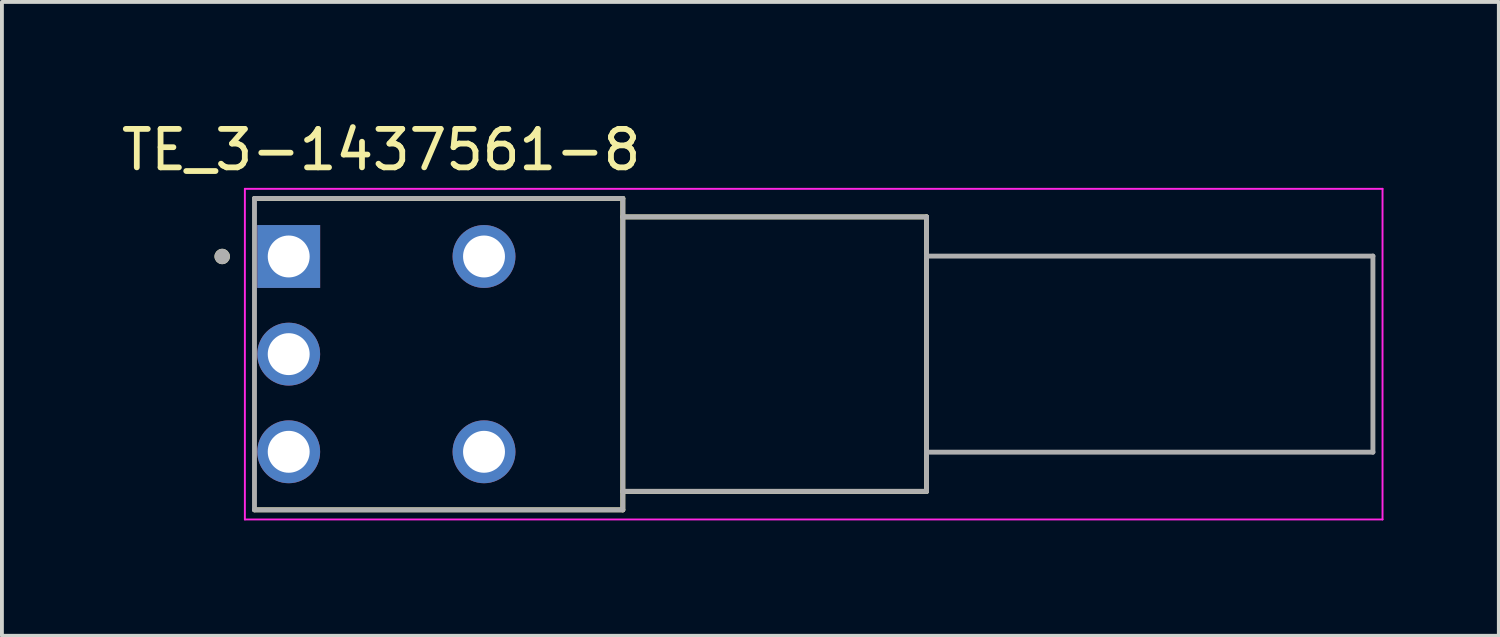
<source format=kicad_pcb>
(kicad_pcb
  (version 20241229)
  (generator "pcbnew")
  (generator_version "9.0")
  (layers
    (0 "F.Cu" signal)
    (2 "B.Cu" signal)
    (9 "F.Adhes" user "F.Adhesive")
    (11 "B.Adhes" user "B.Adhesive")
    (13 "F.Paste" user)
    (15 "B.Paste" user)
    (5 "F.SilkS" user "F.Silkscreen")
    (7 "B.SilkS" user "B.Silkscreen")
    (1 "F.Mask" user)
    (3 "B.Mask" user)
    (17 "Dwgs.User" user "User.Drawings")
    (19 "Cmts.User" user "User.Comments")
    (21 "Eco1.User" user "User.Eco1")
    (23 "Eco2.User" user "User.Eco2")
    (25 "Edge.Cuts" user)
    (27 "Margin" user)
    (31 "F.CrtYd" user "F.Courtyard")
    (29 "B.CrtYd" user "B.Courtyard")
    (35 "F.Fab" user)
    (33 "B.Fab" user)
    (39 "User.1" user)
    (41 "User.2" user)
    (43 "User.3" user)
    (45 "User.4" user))
  (footprint "TE_3-1437561-8"
    (layer "F.Cu")
    (at 8.359 6.161)
    (property "Reference" "TE_3-1437561-8" (at -1.494 -5.313 0) (layer "F.SilkS") (effects (font (size 1 1) (thickness 0.15))))
    (attr through_hole)
    (fp_line (start -4.79 -4.05) (end 4.79 -4.05) (stroke (width 0.127) (type solid)) (layer "F.SilkS"))
    (fp_line (start 4.79 -4.05) (end 4.79 -3.57) (stroke (width 0.127) (type solid)) (layer "F.SilkS"))
    (fp_line (start 4.79 -3.57) (end 4.79 3.57) (stroke (width 0.127) (type solid)) (layer "F.SilkS"))
    (fp_line (start 4.79 -3.57) (end 12.69 -3.57) (stroke (width 0.127) (type solid)) (layer "F.SilkS"))
    (fp_line (start 4.79 3.57) (end 4.79 4.05) (stroke (width 0.127) (type solid)) (layer "F.SilkS"))
    (fp_line (start 4.79 4.05) (end -4.79 4.05) (stroke (width 0.127) (type solid)) (layer "F.SilkS"))
    (fp_line (start 12.69 -3.57) (end 12.69 3.57) (stroke (width 0.127) (type solid)) (layer "F.SilkS"))
    (fp_line (start 12.69 3.57) (end 4.79 3.57) (stroke (width 0.127) (type solid)) (layer "F.SilkS"))
    (fp_circle (center -5.63 -2.54) (end -5.53 -2.54) (stroke (width 0.2) (type solid)) (fill no) (layer "F.SilkS"))
    (fp_line (start -5.04 -4.3) (end 24.55 -4.3) (stroke (width 0.05) (type solid)) (layer "F.CrtYd"))
    (fp_line (start -5.04 4.3) (end -5.04 -4.3) (stroke (width 0.05) (type solid)) (layer "F.CrtYd"))
    (fp_line (start 24.55 -4.3) (end 24.55 4.3) (stroke (width 0.05) (type solid)) (layer "F.CrtYd"))
    (fp_line (start 24.55 4.3) (end -5.04 4.3) (stroke (width 0.05) (type solid)) (layer "F.CrtYd"))
    (fp_line (start -4.79 -4.05) (end 4.79 -4.05) (stroke (width 0.127) (type solid)) (layer "F.Fab"))
    (fp_line (start -4.79 4.05) (end -4.79 -4.05) (stroke (width 0.127) (type solid)) (layer "F.Fab"))
    (fp_line (start 4.79 -4.05) (end 4.79 -3.57) (stroke (width 0.127) (type solid)) (layer "F.Fab"))
    (fp_line (start 4.79 -3.57) (end 4.79 3.57) (stroke (width 0.127) (type solid)) (layer "F.Fab"))
    (fp_line (start 4.79 -3.57) (end 12.69 -3.57) (stroke (width 0.127) (type solid)) (layer "F.Fab"))
    (fp_line (start 4.79 3.57) (end 4.79 4.05) (stroke (width 0.127) (type solid)) (layer "F.Fab"))
    (fp_line (start 4.79 4.05) (end -4.79 4.05) (stroke (width 0.127) (type solid)) (layer "F.Fab"))
    (fp_line (start 12.69 -3.57) (end 12.69 -2.55) (stroke (width 0.127) (type solid)) (layer "F.Fab"))
    (fp_line (start 12.69 -2.55) (end 12.69 2.55) (stroke (width 0.127) (type solid)) (layer "F.Fab"))
    (fp_line (start 12.69 -2.55) (end 24.3 -2.55) (stroke (width 0.127) (type solid)) (layer "F.Fab"))
    (fp_line (start 12.69 2.55) (end 12.69 3.57) (stroke (width 0.127) (type solid)) (layer "F.Fab"))
    (fp_line (start 12.69 3.57) (end 4.79 3.57) (stroke (width 0.127) (type solid)) (layer "F.Fab"))
    (fp_line (start 24.3 -2.55) (end 24.3 2.55) (stroke (width 0.127) (type solid)) (layer "F.Fab"))
    (fp_line (start 24.3 2.55) (end 12.69 2.55) (stroke (width 0.127) (type solid)) (layer "F.Fab"))
    (fp_circle (center -5.63 -2.54) (end -5.53 -2.54) (stroke (width 0.2) (type solid)) (fill no) (layer "F.Fab"))
    (pad "1" thru_hole rect (at -3.9 -2.54) (size 1.635 1.635) (drill 1.09) (layers "*.Cu" "*.Mask"))
    (pad "2" thru_hole circle (at -3.9 0) (size 1.635 1.635) (drill 1.09) (layers "*.Cu" "*.Mask"))
    (pad "3" thru_hole circle (at -3.9 2.54) (size 1.635 1.635) (drill 1.09) (layers "*.Cu" "*.Mask"))
    (pad "SH1" thru_hole circle (at 1.18 -2.54) (size 1.635 1.635) (drill 1.09) (layers "*.Cu" "*.Mask"))
    (pad "SH2" thru_hole circle (at 1.18 2.54) (size 1.635 1.635) (drill 1.09) (layers "*.Cu" "*.Mask")))
  (gr_rect
    (start -3 -3)
    (end 35.934 13.486)
    (stroke (width 0.1) (type default))
    (fill no)
    (layer "Edge.Cuts")))
</source>
